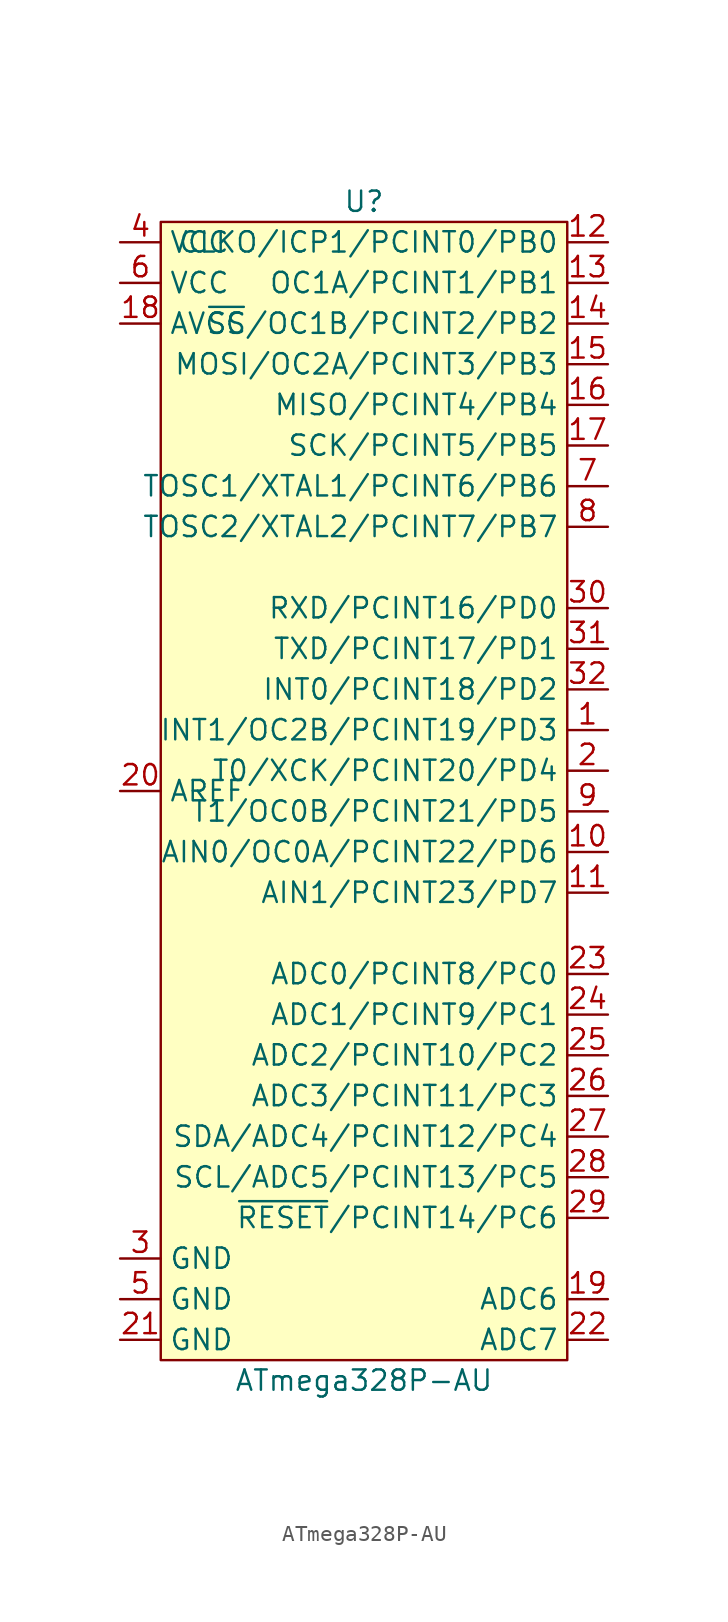
<source format=kicad_sym>
(kicad_symbol_lib
  (version 20220914)
  (generator kicad_symbol_editor)
  (symbol "ATmega328P-AU"
    (property "Reference" "U"
      (at 0 36.83 0)
      (effects (font (size 1.27 1.27))))
    (property "Value" "ATmega328P-AU"
      (at 0 -36.83 0)
      (effects (font (size 1.27 1.27))))
    (symbol "ATmega328P-AU_1_1"
      (rectangle (start -12.7 35.56) (end 12.7 -35.56) (stroke (width 0) (type default)) (fill (type background)))
      (pin bidirectional line (at 15.24 3.81 180) (length 2.54) (name "INT1/OC2B/PCINT19/PD3" (effects (font (size 1.27 1.27)))) (number "1" (effects (font (size 1.27 1.27)))))
      (pin bidirectional line (at 15.24 -3.81 180) (length 2.54) (name "AIN0/OC0A/PCINT22/PD6" (effects (font (size 1.27 1.27)))) (number "10" (effects (font (size 1.27 1.27)))))
      (pin bidirectional line (at 15.24 -6.35 180) (length 2.54) (name "AIN1/PCINT23/PD7" (effects (font (size 1.27 1.27)))) (number "11" (effects (font (size 1.27 1.27)))))
      (pin bidirectional line (at 15.24 34.29 180) (length 2.54) (name "CLKO/ICP1/PCINT0/PB0" (effects (font (size 1.27 1.27)))) (number "12" (effects (font (size 1.27 1.27)))))
      (pin bidirectional line (at 15.24 31.75 180) (length 2.54) (name "OC1A/PCINT1/PB1" (effects (font (size 1.27 1.27)))) (number "13" (effects (font (size 1.27 1.27)))))
      (pin bidirectional line (at 15.24 29.21 180) (length 2.54) (name "~{SS}/OC1B/PCINT2/PB2" (effects (font (size 1.27 1.27)))) (number "14" (effects (font (size 1.27 1.27)))))
      (pin bidirectional line (at 15.24 26.67 180) (length 2.54) (name "MOSI/OC2A/PCINT3/PB3" (effects (font (size 1.27 1.27)))) (number "15" (effects (font (size 1.27 1.27)))))
      (pin bidirectional line (at 15.24 24.13 180) (length 2.54) (name "MISO/PCINT4/PB4" (effects (font (size 1.27 1.27)))) (number "16" (effects (font (size 1.27 1.27)))))
      (pin bidirectional line (at 15.24 21.59 180) (length 2.54) (name "SCK/PCINT5/PB5" (effects (font (size 1.27 1.27)))) (number "17" (effects (font (size 1.27 1.27)))))
      (pin power_in line (at -15.24 29.21 0) (length 2.54) (name "AVCC" (effects (font (size 1.27 1.27)))) (number "18" (effects (font (size 1.27 1.27)))))
      (pin input line (at 15.24 -31.75 180) (length 2.54) (name "ADC6" (effects (font (size 1.27 1.27)))) (number "19" (effects (font (size 1.27 1.27)))))
      (pin bidirectional line (at 15.24 1.27 180) (length 2.54) (name "T0/XCK/PCINT20/PD4" (effects (font (size 1.27 1.27)))) (number "2" (effects (font (size 1.27 1.27)))))
      (pin input line (at -15.24 0 0) (length 2.54) (name "AREF" (effects (font (size 1.27 1.27)))) (number "20" (effects (font (size 1.27 1.27)))))
      (pin power_in line (at -15.24 -34.29 0) (length 2.54) (name "GND" (effects (font (size 1.27 1.27)))) (number "21" (effects (font (size 1.27 1.27)))))
      (pin input line (at 15.24 -34.29 180) (length 2.54) (name "ADC7" (effects (font (size 1.27 1.27)))) (number "22" (effects (font (size 1.27 1.27)))))
      (pin bidirectional line (at 15.24 -11.43 180) (length 2.54) (name "ADC0/PCINT8/PC0" (effects (font (size 1.27 1.27)))) (number "23" (effects (font (size 1.27 1.27)))))
      (pin bidirectional line (at 15.24 -13.97 180) (length 2.54) (name "ADC1/PCINT9/PC1" (effects (font (size 1.27 1.27)))) (number "24" (effects (font (size 1.27 1.27)))))
      (pin bidirectional line (at 15.24 -16.51 180) (length 2.54) (name "ADC2/PCINT10/PC2" (effects (font (size 1.27 1.27)))) (number "25" (effects (font (size 1.27 1.27)))))
      (pin bidirectional line (at 15.24 -19.05 180) (length 2.54) (name "ADC3/PCINT11/PC3" (effects (font (size 1.27 1.27)))) (number "26" (effects (font (size 1.27 1.27)))))
      (pin bidirectional line (at 15.24 -21.59 180) (length 2.54) (name "SDA/ADC4/PCINT12/PC4" (effects (font (size 1.27 1.27)))) (number "27" (effects (font (size 1.27 1.27)))))
      (pin bidirectional line (at 15.24 -24.13 180) (length 2.54) (name "SCL/ADC5/PCINT13/PC5" (effects (font (size 1.27 1.27)))) (number "28" (effects (font (size 1.27 1.27)))))
      (pin bidirectional line (at 15.24 -26.67 180) (length 2.54) (name "~{RESET}/PCINT14/PC6" (effects (font (size 1.27 1.27)))) (number "29" (effects (font (size 1.27 1.27)))))
      (pin power_in line (at -15.24 -29.21 0) (length 2.54) (name "GND" (effects (font (size 1.27 1.27)))) (number "3" (effects (font (size 1.27 1.27)))))
      (pin bidirectional line (at 15.24 11.43 180) (length 2.54) (name "RXD/PCINT16/PD0" (effects (font (size 1.27 1.27)))) (number "30" (effects (font (size 1.27 1.27)))))
      (pin bidirectional line (at 15.24 8.89 180) (length 2.54) (name "TXD/PCINT17/PD1" (effects (font (size 1.27 1.27)))) (number "31" (effects (font (size 1.27 1.27)))))
      (pin bidirectional line (at 15.24 6.35 180) (length 2.54) (name "INT0/PCINT18/PD2" (effects (font (size 1.27 1.27)))) (number "32" (effects (font (size 1.27 1.27)))))
      (pin power_in line (at -15.24 34.29 0) (length 2.54) (name "VCC" (effects (font (size 1.27 1.27)))) (number "4" (effects (font (size 1.27 1.27)))))
      (pin power_in line (at -15.24 -31.75 0) (length 2.54) (name "GND" (effects (font (size 1.27 1.27)))) (number "5" (effects (font (size 1.27 1.27)))))
      (pin power_in line (at -15.24 31.75 0) (length 2.54) (name "VCC" (effects (font (size 1.27 1.27)))) (number "6" (effects (font (size 1.27 1.27)))))
      (pin bidirectional line (at 15.24 19.05 180) (length 2.54) (name "TOSC1/XTAL1/PCINT6/PB6" (effects (font (size 1.27 1.27)))) (number "7" (effects (font (size 1.27 1.27)))))
      (pin bidirectional line (at 15.24 16.51 180) (length 2.54) (name "TOSC2/XTAL2/PCINT7/PB7" (effects (font (size 1.27 1.27)))) (number "8" (effects (font (size 1.27 1.27)))))
      (pin bidirectional line (at 15.24 -1.27 180) (length 2.54) (name "T1/OC0B/PCINT21/PD5" (effects (font (size 1.27 1.27)))) (number "9" (effects (font (size 1.27 1.27))))))))
</source>
